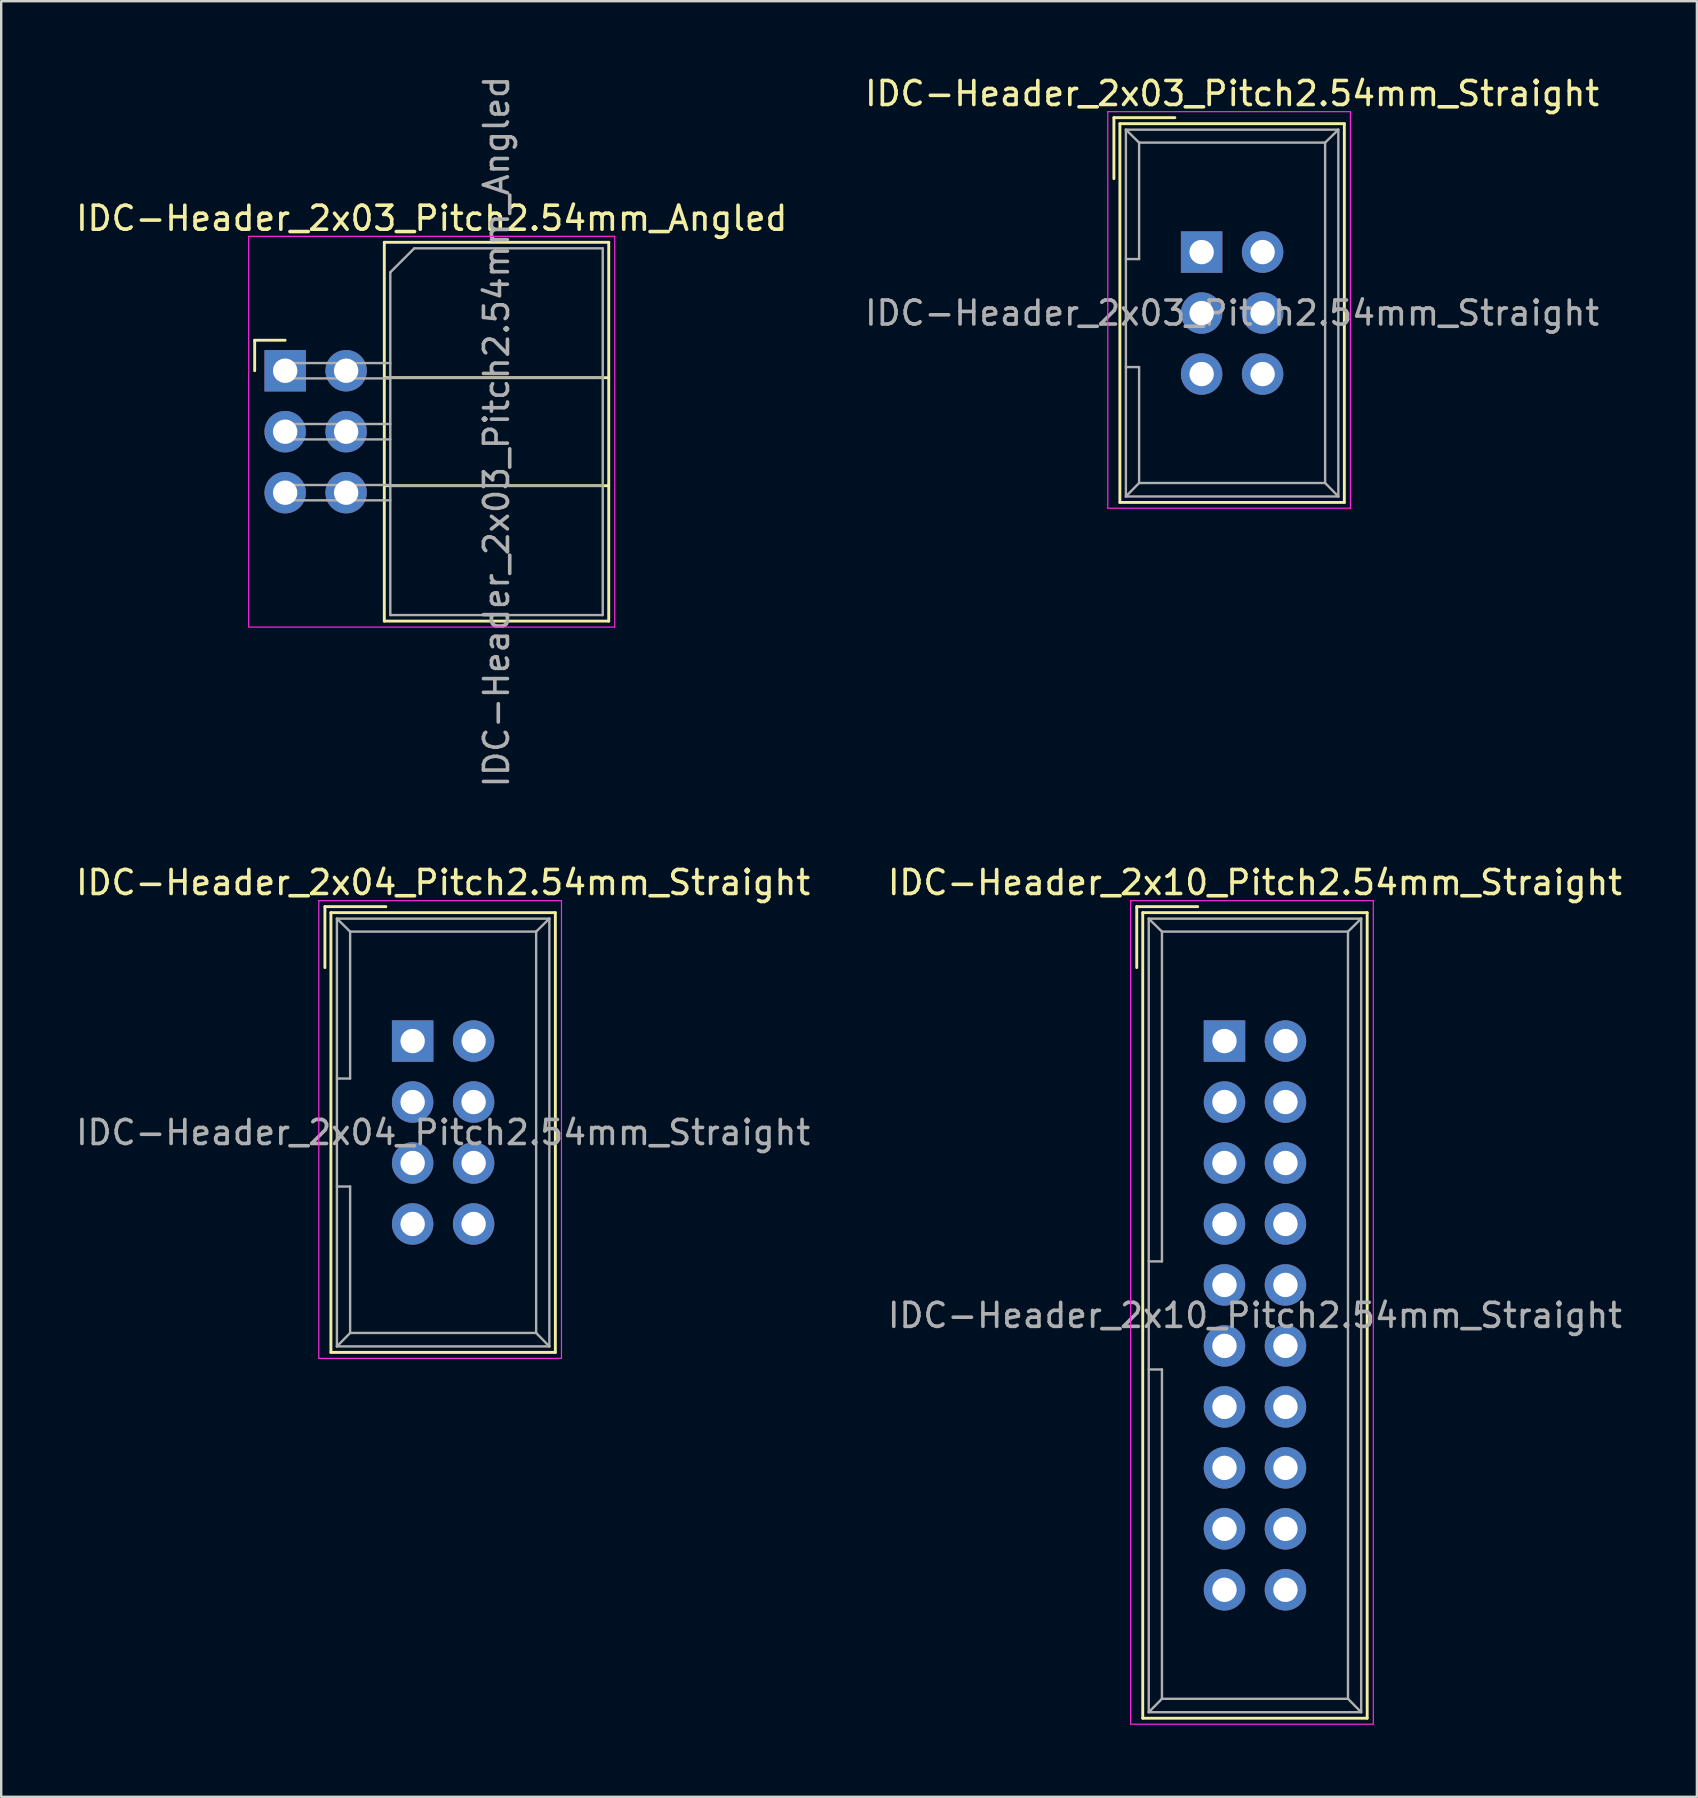
<source format=kicad_pcb>
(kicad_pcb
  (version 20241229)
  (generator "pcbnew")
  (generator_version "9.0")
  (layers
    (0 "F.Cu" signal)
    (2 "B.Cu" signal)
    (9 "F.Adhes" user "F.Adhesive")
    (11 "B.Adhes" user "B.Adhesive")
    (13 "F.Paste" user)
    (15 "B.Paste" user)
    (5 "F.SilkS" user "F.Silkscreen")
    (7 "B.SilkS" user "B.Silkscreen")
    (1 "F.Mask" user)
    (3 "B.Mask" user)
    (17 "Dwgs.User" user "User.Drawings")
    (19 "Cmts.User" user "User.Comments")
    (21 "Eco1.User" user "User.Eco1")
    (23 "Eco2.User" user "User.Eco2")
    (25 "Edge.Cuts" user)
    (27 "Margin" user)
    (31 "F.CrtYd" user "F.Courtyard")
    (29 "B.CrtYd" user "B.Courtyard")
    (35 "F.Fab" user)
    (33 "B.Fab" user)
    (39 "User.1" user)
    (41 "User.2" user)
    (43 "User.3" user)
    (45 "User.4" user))
  (footprint "IDC-Header_2x03_Pitch2.54mm_Straight"
    (layer "F.Cu")
    (at 47.01 7.452)
    (property "Reference" "IDC-Header_2x03_Pitch2.54mm_Straight" (at 1.27 -6.604 0) (layer "F.SilkS") (effects (font (size 1 1) (thickness 0.15))))
    (attr through_hole)
    (fp_line (start -3.655 -5.6) (end -3.655 -3.06) (stroke (width 0.12) (type solid)) (layer "F.SilkS"))
    (fp_line (start -3.655 -5.6) (end -1.115 -5.6) (stroke (width 0.12) (type solid)) (layer "F.SilkS"))
    (fp_line (start -3.405 -5.35) (end 5.945 -5.35) (stroke (width 0.12) (type solid)) (layer "F.SilkS"))
    (fp_line (start -3.405 10.43) (end -3.405 -5.35) (stroke (width 0.12) (type solid)) (layer "F.SilkS"))
    (fp_line (start 5.945 -5.35) (end 5.945 10.43) (stroke (width 0.12) (type solid)) (layer "F.SilkS"))
    (fp_line (start 5.945 10.43) (end -3.405 10.43) (stroke (width 0.12) (type solid)) (layer "F.SilkS"))
    (fp_line (start -3.91 -5.85) (end 6.2 -5.85) (stroke (width 0.05) (type solid)) (layer "F.CrtYd"))
    (fp_line (start -3.91 10.67) (end -3.91 -5.85) (stroke (width 0.05) (type solid)) (layer "F.CrtYd"))
    (fp_line (start 6.2 -5.85) (end 6.2 10.67) (stroke (width 0.05) (type solid)) (layer "F.CrtYd"))
    (fp_line (start 6.2 10.67) (end -3.91 10.67) (stroke (width 0.05) (type solid)) (layer "F.CrtYd"))
    (fp_line (start -3.155 -5.1) (end -3.155 10.18) (stroke (width 0.1) (type solid)) (layer "F.Fab"))
    (fp_line (start -3.155 -5.1) (end -2.605 -4.56) (stroke (width 0.1) (type solid)) (layer "F.Fab"))
    (fp_line (start -3.155 10.18) (end -2.605 9.62) (stroke (width 0.1) (type solid)) (layer "F.Fab"))
    (fp_line (start -2.605 -4.56) (end -2.605 0.29) (stroke (width 0.1) (type solid)) (layer "F.Fab"))
    (fp_line (start -2.605 0.29) (end -3.155 0.29) (stroke (width 0.1) (type solid)) (layer "F.Fab"))
    (fp_line (start -2.605 4.79) (end -3.155 4.79) (stroke (width 0.1) (type solid)) (layer "F.Fab"))
    (fp_line (start -2.605 4.79) (end -2.605 9.62) (stroke (width 0.1) (type solid)) (layer "F.Fab"))
    (fp_line (start 5.145 -4.56) (end -2.605 -4.56) (stroke (width 0.1) (type solid)) (layer "F.Fab"))
    (fp_line (start 5.145 -4.56) (end 5.145 9.62) (stroke (width 0.1) (type solid)) (layer "F.Fab"))
    (fp_line (start 5.145 9.62) (end -2.605 9.62) (stroke (width 0.1) (type solid)) (layer "F.Fab"))
    (fp_line (start 5.695 -5.1) (end -3.155 -5.1) (stroke (width 0.1) (type solid)) (layer "F.Fab"))
    (fp_line (start 5.695 -5.1) (end 5.145 -4.56) (stroke (width 0.1) (type solid)) (layer "F.Fab"))
    (fp_line (start 5.695 -5.1) (end 5.695 10.18) (stroke (width 0.1) (type solid)) (layer "F.Fab"))
    (fp_line (start 5.695 10.18) (end -3.155 10.18) (stroke (width 0.1) (type solid)) (layer "F.Fab"))
    (fp_line (start 5.695 10.18) (end 5.145 9.62) (stroke (width 0.1) (type solid)) (layer "F.Fab"))
    (fp_text user "${REFERENCE}" (at 1.27 2.54 0) (layer "F.Fab") (effects (font (size 1 1) (thickness 0.15))))
    (pad "1" thru_hole rect (at 0 0) (size 1.727 1.727) (drill 1.016) (layers "*.Cu" "*.Mask"))
    (pad "2" thru_hole oval (at 2.54 0) (size 1.727 1.727) (drill 1.016) (layers "*.Cu" "*.Mask"))
    (pad "3" thru_hole oval (at 0 2.54) (size 1.727 1.727) (drill 1.016) (layers "*.Cu" "*.Mask"))
    (pad "4" thru_hole oval (at 2.54 2.54) (size 1.727 1.727) (drill 1.016) (layers "*.Cu" "*.Mask"))
    (pad "5" thru_hole oval (at 0 5.08) (size 1.727 1.727) (drill 1.016) (layers "*.Cu" "*.Mask"))
    (pad "6" thru_hole oval (at 2.54 5.08) (size 1.727 1.727) (drill 1.016) (layers "*.Cu" "*.Mask")))
  (footprint "IDC-Header_2x03_Pitch2.54mm_Angled"
    (layer "F.Cu")
    (at 8.83 12.395)
    (property "Reference" "IDC-Header_2x03_Pitch2.54mm_Angled" (at 6.105 -6.35 0) (layer "F.SilkS") (effects (font (size 1 1) (thickness 0.15))))
    (attr through_hole)
    (fp_line (start -1.27 -1.27) (end -1.27 0) (stroke (width 0.12) (type solid)) (layer "F.SilkS"))
    (fp_line (start 0 -1.27) (end -1.27 -1.27) (stroke (width 0.12) (type solid)) (layer "F.SilkS"))
    (fp_line (start 4.13 -5.35) (end 13.48 -5.35) (stroke (width 0.12) (type solid)) (layer "F.SilkS"))
    (fp_line (start 4.13 0.29) (end 13.48 0.29) (stroke (width 0.12) (type solid)) (layer "F.SilkS"))
    (fp_line (start 4.13 4.79) (end 13.48 4.79) (stroke (width 0.12) (type solid)) (layer "F.SilkS"))
    (fp_line (start 4.13 10.43) (end 4.13 -5.35) (stroke (width 0.12) (type solid)) (layer "F.SilkS"))
    (fp_line (start 4.13 10.43) (end 13.48 10.43) (stroke (width 0.12) (type solid)) (layer "F.SilkS"))
    (fp_line (start 13.48 -5.35) (end 13.48 10.43) (stroke (width 0.12) (type solid)) (layer "F.SilkS"))
    (fp_line (start -1.52 -5.6) (end 13.73 -5.6) (stroke (width 0.05) (type solid)) (layer "F.CrtYd"))
    (fp_line (start -1.52 10.66) (end -1.52 -5.6) (stroke (width 0.05) (type solid)) (layer "F.CrtYd"))
    (fp_line (start 13.73 -5.6) (end 13.73 10.68) (stroke (width 0.05) (type solid)) (layer "F.CrtYd"))
    (fp_line (start 13.73 10.68) (end -1.52 10.68) (stroke (width 0.05) (type solid)) (layer "F.CrtYd"))
    (fp_line (start -0.32 -0.32) (end -0.32 0.32) (stroke (width 0.1) (type solid)) (layer "F.Fab"))
    (fp_line (start -0.32 0.32) (end 4.38 0.32) (stroke (width 0.1) (type solid)) (layer "F.Fab"))
    (fp_line (start -0.32 2.22) (end -0.32 2.86) (stroke (width 0.1) (type solid)) (layer "F.Fab"))
    (fp_line (start -0.32 2.86) (end 4.38 2.86) (stroke (width 0.1) (type solid)) (layer "F.Fab"))
    (fp_line (start -0.32 4.76) (end -0.32 5.4) (stroke (width 0.1) (type solid)) (layer "F.Fab"))
    (fp_line (start -0.32 5.4) (end 4.38 5.4) (stroke (width 0.1) (type solid)) (layer "F.Fab"))
    (fp_line (start 4.38 -4.1) (end 5.38 -5.1) (stroke (width 0.1) (type solid)) (layer "F.Fab"))
    (fp_line (start 4.38 -0.32) (end -0.32 -0.32) (stroke (width 0.1) (type solid)) (layer "F.Fab"))
    (fp_line (start 4.38 0.29) (end 13.23 0.29) (stroke (width 0.1) (type solid)) (layer "F.Fab"))
    (fp_line (start 4.38 2.22) (end -0.32 2.22) (stroke (width 0.1) (type solid)) (layer "F.Fab"))
    (fp_line (start 4.38 4.76) (end -0.32 4.76) (stroke (width 0.1) (type solid)) (layer "F.Fab"))
    (fp_line (start 4.38 4.79) (end 13.23 4.79) (stroke (width 0.1) (type solid)) (layer "F.Fab"))
    (fp_line (start 4.38 10.18) (end 4.38 -4.1) (stroke (width 0.1) (type solid)) (layer "F.Fab"))
    (fp_line (start 4.38 10.18) (end 13.23 10.18) (stroke (width 0.1) (type solid)) (layer "F.Fab"))
    (fp_line (start 5.38 -5.1) (end 13.23 -5.1) (stroke (width 0.1) (type solid)) (layer "F.Fab"))
    (fp_line (start 13.23 10.18) (end 13.23 -5.1) (stroke (width 0.1) (type solid)) (layer "F.Fab"))
    (fp_text user "${REFERENCE}" (at 8.805 2.54 90) (layer "F.Fab") (effects (font (size 1 1) (thickness 0.15))))
    (pad "1" thru_hole rect (at 0 0) (size 1.727 1.727) (drill 1.016) (layers "*.Cu" "*.Mask"))
    (pad "2" thru_hole oval (at 2.54 0) (size 1.727 1.727) (drill 1.016) (layers "*.Cu" "*.Mask"))
    (pad "3" thru_hole oval (at 0 2.54) (size 1.727 1.727) (drill 1.016) (layers "*.Cu" "*.Mask"))
    (pad "4" thru_hole oval (at 2.54 2.54) (size 1.727 1.727) (drill 1.016) (layers "*.Cu" "*.Mask"))
    (pad "5" thru_hole oval (at 0 5.08) (size 1.727 1.727) (drill 1.016) (layers "*.Cu" "*.Mask"))
    (pad "6" thru_hole oval (at 2.54 5.08) (size 1.727 1.727) (drill 1.016) (layers "*.Cu" "*.Mask")))
  (footprint "IDC-Header_2x10_Pitch2.54mm_Straight"
    (layer "F.Cu")
    (at 47.962 40.321)
    (property "Reference" "IDC-Header_2x10_Pitch2.54mm_Straight" (at 1.27 -6.604 0) (layer "F.SilkS") (effects (font (size 1 1) (thickness 0.15))))
    (attr through_hole)
    (fp_line (start -3.655 -5.6) (end -3.655 -3.06) (stroke (width 0.12) (type solid)) (layer "F.SilkS"))
    (fp_line (start -3.655 -5.6) (end -1.115 -5.6) (stroke (width 0.12) (type solid)) (layer "F.SilkS"))
    (fp_line (start -3.405 -5.35) (end 5.945 -5.35) (stroke (width 0.12) (type solid)) (layer "F.SilkS"))
    (fp_line (start -3.405 28.21) (end -3.405 -5.35) (stroke (width 0.12) (type solid)) (layer "F.SilkS"))
    (fp_line (start 5.945 -5.35) (end 5.945 28.21) (stroke (width 0.12) (type solid)) (layer "F.SilkS"))
    (fp_line (start 5.945 28.21) (end -3.405 28.21) (stroke (width 0.12) (type solid)) (layer "F.SilkS"))
    (fp_line (start -3.91 -5.85) (end 6.2 -5.85) (stroke (width 0.05) (type solid)) (layer "F.CrtYd"))
    (fp_line (start -3.91 28.46) (end -3.91 -5.85) (stroke (width 0.05) (type solid)) (layer "F.CrtYd"))
    (fp_line (start 6.2 -5.85) (end 6.2 28.46) (stroke (width 0.05) (type solid)) (layer "F.CrtYd"))
    (fp_line (start 6.2 28.46) (end -3.91 28.46) (stroke (width 0.05) (type solid)) (layer "F.CrtYd"))
    (fp_line (start -3.155 -5.1) (end -3.155 27.96) (stroke (width 0.1) (type solid)) (layer "F.Fab"))
    (fp_line (start -3.155 -5.1) (end -2.605 -4.56) (stroke (width 0.1) (type solid)) (layer "F.Fab"))
    (fp_line (start -3.155 27.96) (end -2.605 27.4) (stroke (width 0.1) (type solid)) (layer "F.Fab"))
    (fp_line (start -2.605 -4.56) (end -2.605 9.18) (stroke (width 0.1) (type solid)) (layer "F.Fab"))
    (fp_line (start -2.605 9.18) (end -3.155 9.18) (stroke (width 0.1) (type solid)) (layer "F.Fab"))
    (fp_line (start -2.605 13.68) (end -3.155 13.68) (stroke (width 0.1) (type solid)) (layer "F.Fab"))
    (fp_line (start -2.605 13.68) (end -2.605 27.4) (stroke (width 0.1) (type solid)) (layer "F.Fab"))
    (fp_line (start 5.145 -4.56) (end -2.605 -4.56) (stroke (width 0.1) (type solid)) (layer "F.Fab"))
    (fp_line (start 5.145 -4.56) (end 5.145 27.4) (stroke (width 0.1) (type solid)) (layer "F.Fab"))
    (fp_line (start 5.145 27.4) (end -2.605 27.4) (stroke (width 0.1) (type solid)) (layer "F.Fab"))
    (fp_line (start 5.695 -5.1) (end -3.155 -5.1) (stroke (width 0.1) (type solid)) (layer "F.Fab"))
    (fp_line (start 5.695 -5.1) (end 5.145 -4.56) (stroke (width 0.1) (type solid)) (layer "F.Fab"))
    (fp_line (start 5.695 -5.1) (end 5.695 27.96) (stroke (width 0.1) (type solid)) (layer "F.Fab"))
    (fp_line (start 5.695 27.96) (end -3.155 27.96) (stroke (width 0.1) (type solid)) (layer "F.Fab"))
    (fp_line (start 5.695 27.96) (end 5.145 27.4) (stroke (width 0.1) (type solid)) (layer "F.Fab"))
    (fp_text user "${REFERENCE}" (at 1.27 11.43 0) (layer "F.Fab") (effects (font (size 1 1) (thickness 0.15))))
    (pad "1" thru_hole rect (at 0 0) (size 1.727 1.727) (drill 1.016) (layers "*.Cu" "*.Mask"))
    (pad "2" thru_hole oval (at 2.54 0) (size 1.727 1.727) (drill 1.016) (layers "*.Cu" "*.Mask"))
    (pad "3" thru_hole oval (at 0 2.54) (size 1.727 1.727) (drill 1.016) (layers "*.Cu" "*.Mask"))
    (pad "4" thru_hole oval (at 2.54 2.54) (size 1.727 1.727) (drill 1.016) (layers "*.Cu" "*.Mask"))
    (pad "5" thru_hole oval (at 0 5.08) (size 1.727 1.727) (drill 1.016) (layers "*.Cu" "*.Mask"))
    (pad "6" thru_hole oval (at 2.54 5.08) (size 1.727 1.727) (drill 1.016) (layers "*.Cu" "*.Mask"))
    (pad "7" thru_hole oval (at 0 7.62) (size 1.727 1.727) (drill 1.016) (layers "*.Cu" "*.Mask"))
    (pad "8" thru_hole oval (at 2.54 7.62) (size 1.727 1.727) (drill 1.016) (layers "*.Cu" "*.Mask"))
    (pad "9" thru_hole oval (at 0 10.16) (size 1.727 1.727) (drill 1.016) (layers "*.Cu" "*.Mask"))
    (pad "10" thru_hole oval (at 2.54 10.16) (size 1.727 1.727) (drill 1.016) (layers "*.Cu" "*.Mask"))
    (pad "11" thru_hole oval (at 0 12.7) (size 1.727 1.727) (drill 1.016) (layers "*.Cu" "*.Mask"))
    (pad "12" thru_hole oval (at 2.54 12.7) (size 1.727 1.727) (drill 1.016) (layers "*.Cu" "*.Mask"))
    (pad "13" thru_hole oval (at 0 15.24) (size 1.727 1.727) (drill 1.016) (layers "*.Cu" "*.Mask"))
    (pad "14" thru_hole oval (at 2.54 15.24) (size 1.727 1.727) (drill 1.016) (layers "*.Cu" "*.Mask"))
    (pad "15" thru_hole oval (at 0 17.78) (size 1.727 1.727) (drill 1.016) (layers "*.Cu" "*.Mask"))
    (pad "16" thru_hole oval (at 2.54 17.78) (size 1.727 1.727) (drill 1.016) (layers "*.Cu" "*.Mask"))
    (pad "17" thru_hole oval (at 0 20.32) (size 1.727 1.727) (drill 1.016) (layers "*.Cu" "*.Mask"))
    (pad "18" thru_hole oval (at 2.54 20.32) (size 1.727 1.727) (drill 1.016) (layers "*.Cu" "*.Mask"))
    (pad "19" thru_hole oval (at 0 22.86) (size 1.727 1.727) (drill 1.016) (layers "*.Cu" "*.Mask"))
    (pad "20" thru_hole oval (at 2.54 22.86) (size 1.727 1.727) (drill 1.016) (layers "*.Cu" "*.Mask")))
  (footprint "IDC-Header_2x04_Pitch2.54mm_Straight"
    (layer "F.Cu")
    (at 14.141 40.321)
    (property "Reference" "IDC-Header_2x04_Pitch2.54mm_Straight" (at 1.27 -6.604 0) (layer "F.SilkS") (effects (font (size 1 1) (thickness 0.15))))
    (attr through_hole)
    (fp_line (start -3.655 -5.6) (end -3.655 -3.06) (stroke (width 0.12) (type solid)) (layer "F.SilkS"))
    (fp_line (start -3.655 -5.6) (end -1.115 -5.6) (stroke (width 0.12) (type solid)) (layer "F.SilkS"))
    (fp_line (start -3.405 -5.35) (end 5.945 -5.35) (stroke (width 0.12) (type solid)) (layer "F.SilkS"))
    (fp_line (start -3.405 12.97) (end -3.405 -5.35) (stroke (width 0.12) (type solid)) (layer "F.SilkS"))
    (fp_line (start 5.945 -5.35) (end 5.945 12.97) (stroke (width 0.12) (type solid)) (layer "F.SilkS"))
    (fp_line (start 5.945 12.97) (end -3.405 12.97) (stroke (width 0.12) (type solid)) (layer "F.SilkS"))
    (fp_line (start -3.91 -5.85) (end 6.2 -5.85) (stroke (width 0.05) (type solid)) (layer "F.CrtYd"))
    (fp_line (start -3.91 13.22) (end -3.91 -5.85) (stroke (width 0.05) (type solid)) (layer "F.CrtYd"))
    (fp_line (start 6.2 -5.85) (end 6.2 13.22) (stroke (width 0.05) (type solid)) (layer "F.CrtYd"))
    (fp_line (start 6.2 13.22) (end -3.91 13.22) (stroke (width 0.05) (type solid)) (layer "F.CrtYd"))
    (fp_line (start -3.155 -5.1) (end -3.155 12.72) (stroke (width 0.1) (type solid)) (layer "F.Fab"))
    (fp_line (start -3.155 -5.1) (end -2.605 -4.56) (stroke (width 0.1) (type solid)) (layer "F.Fab"))
    (fp_line (start -3.155 12.72) (end -2.605 12.16) (stroke (width 0.1) (type solid)) (layer "F.Fab"))
    (fp_line (start -2.605 -4.56) (end -2.605 1.56) (stroke (width 0.1) (type solid)) (layer "F.Fab"))
    (fp_line (start -2.605 1.56) (end -3.155 1.56) (stroke (width 0.1) (type solid)) (layer "F.Fab"))
    (fp_line (start -2.605 6.06) (end -3.155 6.06) (stroke (width 0.1) (type solid)) (layer "F.Fab"))
    (fp_line (start -2.605 6.06) (end -2.605 12.16) (stroke (width 0.1) (type solid)) (layer "F.Fab"))
    (fp_line (start 5.145 -4.56) (end -2.605 -4.56) (stroke (width 0.1) (type solid)) (layer "F.Fab"))
    (fp_line (start 5.145 -4.56) (end 5.145 12.16) (stroke (width 0.1) (type solid)) (layer "F.Fab"))
    (fp_line (start 5.145 12.16) (end -2.605 12.16) (stroke (width 0.1) (type solid)) (layer "F.Fab"))
    (fp_line (start 5.695 -5.1) (end -3.155 -5.1) (stroke (width 0.1) (type solid)) (layer "F.Fab"))
    (fp_line (start 5.695 -5.1) (end 5.145 -4.56) (stroke (width 0.1) (type solid)) (layer "F.Fab"))
    (fp_line (start 5.695 -5.1) (end 5.695 12.72) (stroke (width 0.1) (type solid)) (layer "F.Fab"))
    (fp_line (start 5.695 12.72) (end -3.155 12.72) (stroke (width 0.1) (type solid)) (layer "F.Fab"))
    (fp_line (start 5.695 12.72) (end 5.145 12.16) (stroke (width 0.1) (type solid)) (layer "F.Fab"))
    (fp_text user "${REFERENCE}" (at 1.27 3.81 0) (layer "F.Fab") (effects (font (size 1 1) (thickness 0.15))))
    (pad "1" thru_hole rect (at 0 0) (size 1.727 1.727) (drill 1.016) (layers "*.Cu" "*.Mask"))
    (pad "2" thru_hole oval (at 2.54 0) (size 1.727 1.727) (drill 1.016) (layers "*.Cu" "*.Mask"))
    (pad "3" thru_hole oval (at 0 2.54) (size 1.727 1.727) (drill 1.016) (layers "*.Cu" "*.Mask"))
    (pad "4" thru_hole oval (at 2.54 2.54) (size 1.727 1.727) (drill 1.016) (layers "*.Cu" "*.Mask"))
    (pad "5" thru_hole oval (at 0 5.08) (size 1.727 1.727) (drill 1.016) (layers "*.Cu" "*.Mask"))
    (pad "6" thru_hole oval (at 2.54 5.08) (size 1.727 1.727) (drill 1.016) (layers "*.Cu" "*.Mask"))
    (pad "7" thru_hole oval (at 0 7.62) (size 1.727 1.727) (drill 1.016) (layers "*.Cu" "*.Mask"))
    (pad "8" thru_hole oval (at 2.54 7.62) (size 1.727 1.727) (drill 1.016) (layers "*.Cu" "*.Mask")))
  (gr_rect
    (start -3 -3)
    (end 67.643 71.806)
    (stroke (width 0.1) (type default))
    (fill no)
    (layer "Edge.Cuts")))
</source>
